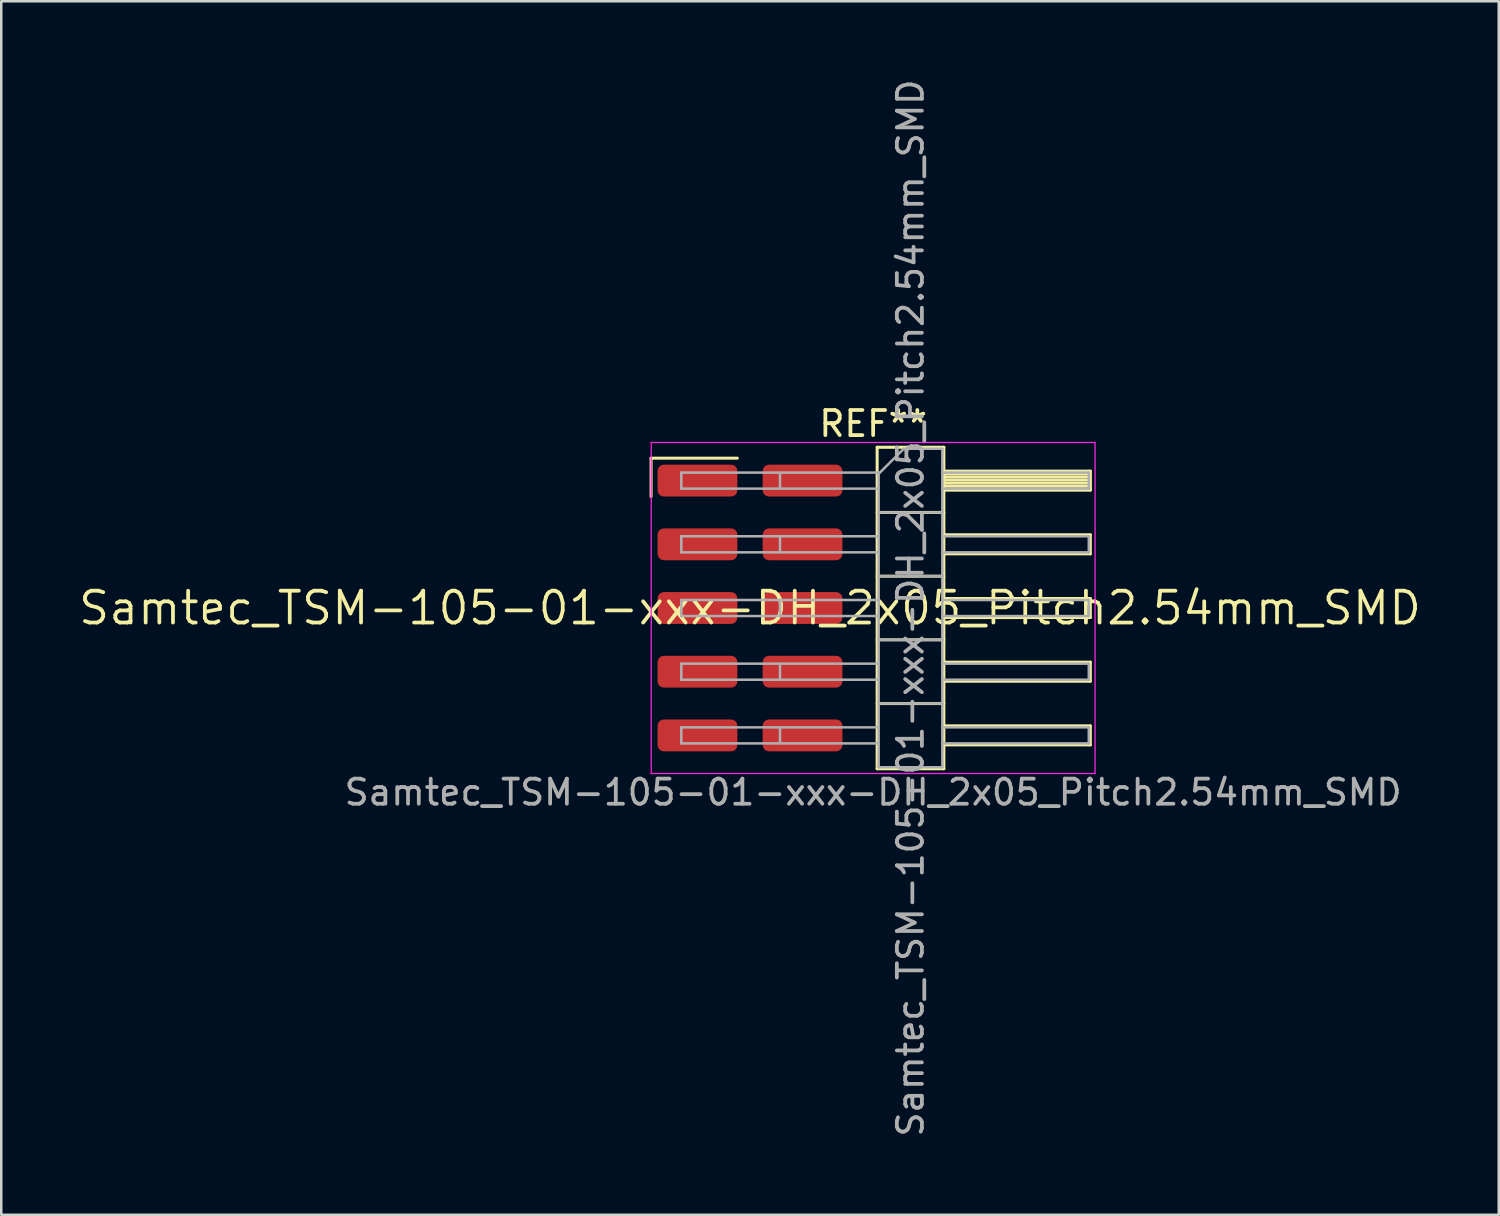
<source format=kicad_pcb>
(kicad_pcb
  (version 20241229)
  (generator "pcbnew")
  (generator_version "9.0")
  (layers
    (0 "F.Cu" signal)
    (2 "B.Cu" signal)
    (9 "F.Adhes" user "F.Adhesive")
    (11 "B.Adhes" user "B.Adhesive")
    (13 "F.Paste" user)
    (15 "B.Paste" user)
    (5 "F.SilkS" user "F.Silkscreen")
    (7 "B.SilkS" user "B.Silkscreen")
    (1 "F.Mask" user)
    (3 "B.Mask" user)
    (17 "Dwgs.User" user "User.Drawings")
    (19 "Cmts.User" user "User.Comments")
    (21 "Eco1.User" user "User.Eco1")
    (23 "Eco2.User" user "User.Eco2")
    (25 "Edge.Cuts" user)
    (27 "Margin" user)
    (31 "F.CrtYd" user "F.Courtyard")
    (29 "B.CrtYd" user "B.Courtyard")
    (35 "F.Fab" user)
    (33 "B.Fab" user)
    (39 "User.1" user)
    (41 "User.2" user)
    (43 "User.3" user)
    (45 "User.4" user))
  (footprint "Samtec_TSM-105-01-xxx-DH_2x05_Pitch2.54mm_SMD"
    (layer "F.Cu")
    (at 26.859 21.196)
    (property "Reference" "Samtec_TSM-105-01-xxx-DH_2x05_Pitch2.54mm_SMD" (at 0 0 0) (layer "F.SilkS") (effects (font (size 1.27 1.27) (thickness 0.15))))
    (attr smd)
    (fp_line (start -3.945 -5.975) (end -0.505 -5.975) (stroke (width 0.12) (type solid)) (layer "F.SilkS"))
    (fp_line (start -3.945 -4.445) (end -3.945 -5.975) (stroke (width 0.12) (type solid)) (layer "F.SilkS"))
    (fp_line (start 5.07 -6.41) (end 7.73 -6.41) (stroke (width 0.12) (type solid)) (layer "F.SilkS"))
    (fp_line (start 5.07 -3.81) (end 7.73 -3.81) (stroke (width 0.12) (type solid)) (layer "F.SilkS"))
    (fp_line (start 5.07 -1.27) (end 7.73 -1.27) (stroke (width 0.12) (type solid)) (layer "F.SilkS"))
    (fp_line (start 5.07 1.27) (end 7.73 1.27) (stroke (width 0.12) (type solid)) (layer "F.SilkS"))
    (fp_line (start 5.07 3.81) (end 7.73 3.81) (stroke (width 0.12) (type solid)) (layer "F.SilkS"))
    (fp_line (start 5.07 6.41) (end 5.07 -6.41) (stroke (width 0.12) (type solid)) (layer "F.SilkS"))
    (fp_line (start 7.73 -6.41) (end 7.73 6.41) (stroke (width 0.12) (type solid)) (layer "F.SilkS"))
    (fp_line (start 7.73 -5.46) (end 13.57 -5.46) (stroke (width 0.12) (type solid)) (layer "F.SilkS"))
    (fp_line (start 7.73 -5.34) (end 13.57 -5.34) (stroke (width 0.12) (type solid)) (layer "F.SilkS"))
    (fp_line (start 7.73 -5.22) (end 13.57 -5.22) (stroke (width 0.12) (type solid)) (layer "F.SilkS"))
    (fp_line (start 7.73 -5.1) (end 13.57 -5.1) (stroke (width 0.12) (type solid)) (layer "F.SilkS"))
    (fp_line (start 7.73 -4.98) (end 13.57 -4.98) (stroke (width 0.12) (type solid)) (layer "F.SilkS"))
    (fp_line (start 7.73 -4.86) (end 13.57 -4.86) (stroke (width 0.12) (type solid)) (layer "F.SilkS"))
    (fp_line (start 7.73 -4.74) (end 13.57 -4.74) (stroke (width 0.12) (type solid)) (layer "F.SilkS"))
    (fp_line (start 7.73 -4.7) (end 13.57 -4.7) (stroke (width 0.12) (type solid)) (layer "F.SilkS"))
    (fp_line (start 7.73 -2.92) (end 13.57 -2.92) (stroke (width 0.12) (type solid)) (layer "F.SilkS"))
    (fp_line (start 7.73 -2.16) (end 13.57 -2.16) (stroke (width 0.12) (type solid)) (layer "F.SilkS"))
    (fp_line (start 7.73 -0.38) (end 13.57 -0.38) (stroke (width 0.12) (type solid)) (layer "F.SilkS"))
    (fp_line (start 7.73 0.38) (end 13.57 0.38) (stroke (width 0.12) (type solid)) (layer "F.SilkS"))
    (fp_line (start 7.73 2.16) (end 13.57 2.16) (stroke (width 0.12) (type solid)) (layer "F.SilkS"))
    (fp_line (start 7.73 2.92) (end 13.57 2.92) (stroke (width 0.12) (type solid)) (layer "F.SilkS"))
    (fp_line (start 7.73 4.7) (end 13.57 4.7) (stroke (width 0.12) (type solid)) (layer "F.SilkS"))
    (fp_line (start 7.73 5.46) (end 13.57 5.46) (stroke (width 0.12) (type solid)) (layer "F.SilkS"))
    (fp_line (start 7.73 6.41) (end 5.07 6.41) (stroke (width 0.12) (type solid)) (layer "F.SilkS"))
    (fp_line (start 13.57 -5.46) (end 13.57 -4.7) (stroke (width 0.12) (type solid)) (layer "F.SilkS"))
    (fp_line (start 13.57 -2.92) (end 13.57 -2.16) (stroke (width 0.12) (type solid)) (layer "F.SilkS"))
    (fp_line (start 13.57 -0.38) (end 13.57 0.38) (stroke (width 0.12) (type solid)) (layer "F.SilkS"))
    (fp_line (start 13.57 2.16) (end 13.57 2.92) (stroke (width 0.12) (type solid)) (layer "F.SilkS"))
    (fp_line (start 13.57 4.7) (end 13.57 5.46) (stroke (width 0.12) (type solid)) (layer "F.SilkS"))
    (fp_line (start -3.94 -6.6) (end 13.76 -6.6) (stroke (width 0.05) (type solid)) (layer "F.CrtYd"))
    (fp_line (start -3.94 6.6) (end -3.94 -6.6) (stroke (width 0.05) (type solid)) (layer "F.CrtYd"))
    (fp_line (start 13.76 -6.6) (end 13.76 6.6) (stroke (width 0.05) (type solid)) (layer "F.CrtYd"))
    (fp_line (start 13.76 6.6) (end -3.94 6.6) (stroke (width 0.05) (type solid)) (layer "F.CrtYd"))
    (fp_line (start -2.74 -5.4) (end -2.74 -4.76) (stroke (width 0.1) (type solid)) (layer "F.Fab"))
    (fp_line (start -2.74 -5.4) (end 5.13 -5.4) (stroke (width 0.1) (type solid)) (layer "F.Fab"))
    (fp_line (start -2.74 -4.76) (end 5.13 -4.76) (stroke (width 0.1) (type solid)) (layer "F.Fab"))
    (fp_line (start -2.74 -2.86) (end -2.74 -2.22) (stroke (width 0.1) (type solid)) (layer "F.Fab"))
    (fp_line (start -2.74 -2.86) (end 5.13 -2.86) (stroke (width 0.1) (type solid)) (layer "F.Fab"))
    (fp_line (start -2.74 -2.22) (end 5.13 -2.22) (stroke (width 0.1) (type solid)) (layer "F.Fab"))
    (fp_line (start -2.74 -0.32) (end -2.74 0.32) (stroke (width 0.1) (type solid)) (layer "F.Fab"))
    (fp_line (start -2.74 -0.32) (end 5.13 -0.32) (stroke (width 0.1) (type solid)) (layer "F.Fab"))
    (fp_line (start -2.74 0.32) (end 5.13 0.32) (stroke (width 0.1) (type solid)) (layer "F.Fab"))
    (fp_line (start -2.74 2.22) (end -2.74 2.86) (stroke (width 0.1) (type solid)) (layer "F.Fab"))
    (fp_line (start -2.74 2.22) (end 5.13 2.22) (stroke (width 0.1) (type solid)) (layer "F.Fab"))
    (fp_line (start -2.74 2.86) (end 5.13 2.86) (stroke (width 0.1) (type solid)) (layer "F.Fab"))
    (fp_line (start -2.74 4.76) (end -2.74 5.4) (stroke (width 0.1) (type solid)) (layer "F.Fab"))
    (fp_line (start -2.74 4.76) (end 5.13 4.76) (stroke (width 0.1) (type solid)) (layer "F.Fab"))
    (fp_line (start -2.74 5.4) (end 5.13 5.4) (stroke (width 0.1) (type solid)) (layer "F.Fab"))
    (fp_line (start 1.195 -5.4) (end 1.195 -4.76) (stroke (width 0.1) (type solid)) (layer "F.Fab"))
    (fp_line (start 1.195 -2.86) (end 1.195 -2.22) (stroke (width 0.1) (type solid)) (layer "F.Fab"))
    (fp_line (start 1.195 -0.32) (end 1.195 0.32) (stroke (width 0.1) (type solid)) (layer "F.Fab"))
    (fp_line (start 1.195 2.22) (end 1.195 2.86) (stroke (width 0.1) (type solid)) (layer "F.Fab"))
    (fp_line (start 1.195 4.76) (end 1.195 5.4) (stroke (width 0.1) (type solid)) (layer "F.Fab"))
    (fp_line (start 5.13 -5.35) (end 6.13 -6.35) (stroke (width 0.1) (type solid)) (layer "F.Fab"))
    (fp_line (start 5.13 -3.81) (end 7.67 -3.81) (stroke (width 0.1) (type solid)) (layer "F.Fab"))
    (fp_line (start 5.13 -1.27) (end 7.67 -1.27) (stroke (width 0.1) (type solid)) (layer "F.Fab"))
    (fp_line (start 5.13 1.27) (end 7.67 1.27) (stroke (width 0.1) (type solid)) (layer "F.Fab"))
    (fp_line (start 5.13 3.81) (end 7.67 3.81) (stroke (width 0.1) (type solid)) (layer "F.Fab"))
    (fp_line (start 5.13 6.35) (end 5.13 -5.35) (stroke (width 0.1) (type solid)) (layer "F.Fab"))
    (fp_line (start 6.13 -6.35) (end 7.67 -6.35) (stroke (width 0.1) (type solid)) (layer "F.Fab"))
    (fp_line (start 7.67 -6.35) (end 7.67 6.35) (stroke (width 0.1) (type solid)) (layer "F.Fab"))
    (fp_line (start 7.67 -5.4) (end 13.51 -5.4) (stroke (width 0.1) (type solid)) (layer "F.Fab"))
    (fp_line (start 7.67 -4.76) (end 13.51 -4.76) (stroke (width 0.1) (type solid)) (layer "F.Fab"))
    (fp_line (start 7.67 -2.86) (end 13.51 -2.86) (stroke (width 0.1) (type solid)) (layer "F.Fab"))
    (fp_line (start 7.67 -2.22) (end 13.51 -2.22) (stroke (width 0.1) (type solid)) (layer "F.Fab"))
    (fp_line (start 7.67 -0.32) (end 13.51 -0.32) (stroke (width 0.1) (type solid)) (layer "F.Fab"))
    (fp_line (start 7.67 0.32) (end 13.51 0.32) (stroke (width 0.1) (type solid)) (layer "F.Fab"))
    (fp_line (start 7.67 2.22) (end 13.51 2.22) (stroke (width 0.1) (type solid)) (layer "F.Fab"))
    (fp_line (start 7.67 2.86) (end 13.51 2.86) (stroke (width 0.1) (type solid)) (layer "F.Fab"))
    (fp_line (start 7.67 4.76) (end 13.51 4.76) (stroke (width 0.1) (type solid)) (layer "F.Fab"))
    (fp_line (start 7.67 5.4) (end 13.51 5.4) (stroke (width 0.1) (type solid)) (layer "F.Fab"))
    (fp_line (start 7.67 6.35) (end 5.13 6.35) (stroke (width 0.1) (type solid)) (layer "F.Fab"))
    (fp_line (start 13.51 -5.4) (end 13.51 -4.76) (stroke (width 0.1) (type solid)) (layer "F.Fab"))
    (fp_line (start 13.51 -2.86) (end 13.51 -2.22) (stroke (width 0.1) (type solid)) (layer "F.Fab"))
    (fp_line (start 13.51 -0.32) (end 13.51 0.32) (stroke (width 0.1) (type solid)) (layer "F.Fab"))
    (fp_line (start 13.51 2.22) (end 13.51 2.86) (stroke (width 0.1) (type solid)) (layer "F.Fab"))
    (fp_line (start 13.51 4.76) (end 13.51 5.4) (stroke (width 0.1) (type solid)) (layer "F.Fab"))
    (fp_text user "REF**" (at 4.91 -7.35 0) (layer "F.SilkS") (effects (font (size 1 1) (thickness 0.15))))
    (fp_text user "Samtec_TSM-105-01-xxx-DH_2x05_Pitch2.54mm_SMD" (at 4.91 7.35 0) (layer "F.Fab") (effects (font (size 1 1) (thickness 0.15))))
    (fp_text user "${REFERENCE}" (at 6.4 0 90) (layer "F.Fab") (effects (font (size 1 1) (thickness 0.15))))
    (pad "1" smd roundrect (at -2.095 -5.08) (size 3.18 1.27) (layers "F.Cu" "F.Mask" "F.Paste") (roundrect_rratio 0.197))
    (pad "2" smd roundrect (at 2.095 -5.08) (size 3.18 1.27) (layers "F.Cu" "F.Mask" "F.Paste") (roundrect_rratio 0.197))
    (pad "3" smd roundrect (at -2.095 -2.54) (size 3.18 1.27) (layers "F.Cu" "F.Mask" "F.Paste") (roundrect_rratio 0.197))
    (pad "4" smd roundrect (at 2.095 -2.54) (size 3.18 1.27) (layers "F.Cu" "F.Mask" "F.Paste") (roundrect_rratio 0.197))
    (pad "5" smd roundrect (at -2.095 0) (size 3.18 1.27) (layers "F.Cu" "F.Mask" "F.Paste") (roundrect_rratio 0.197))
    (pad "6" smd roundrect (at 2.095 0) (size 3.18 1.27) (layers "F.Cu" "F.Mask" "F.Paste") (roundrect_rratio 0.197))
    (pad "7" smd roundrect (at -2.095 2.54) (size 3.18 1.27) (layers "F.Cu" "F.Mask" "F.Paste") (roundrect_rratio 0.197))
    (pad "8" smd roundrect (at 2.095 2.54) (size 3.18 1.27) (layers "F.Cu" "F.Mask" "F.Paste") (roundrect_rratio 0.197))
    (pad "9" smd roundrect (at -2.095 5.08) (size 3.18 1.27) (layers "F.Cu" "F.Mask" "F.Paste") (roundrect_rratio 0.197))
    (pad "10" smd roundrect (at 2.095 5.08) (size 3.18 1.27) (layers "F.Cu" "F.Mask" "F.Paste") (roundrect_rratio 0.197)))
  (gr_rect
    (start -3 -3)
    (end 56.717 45.393)
    (stroke (width 0.1) (type default))
    (fill no)
    (layer "Edge.Cuts")))
</source>
